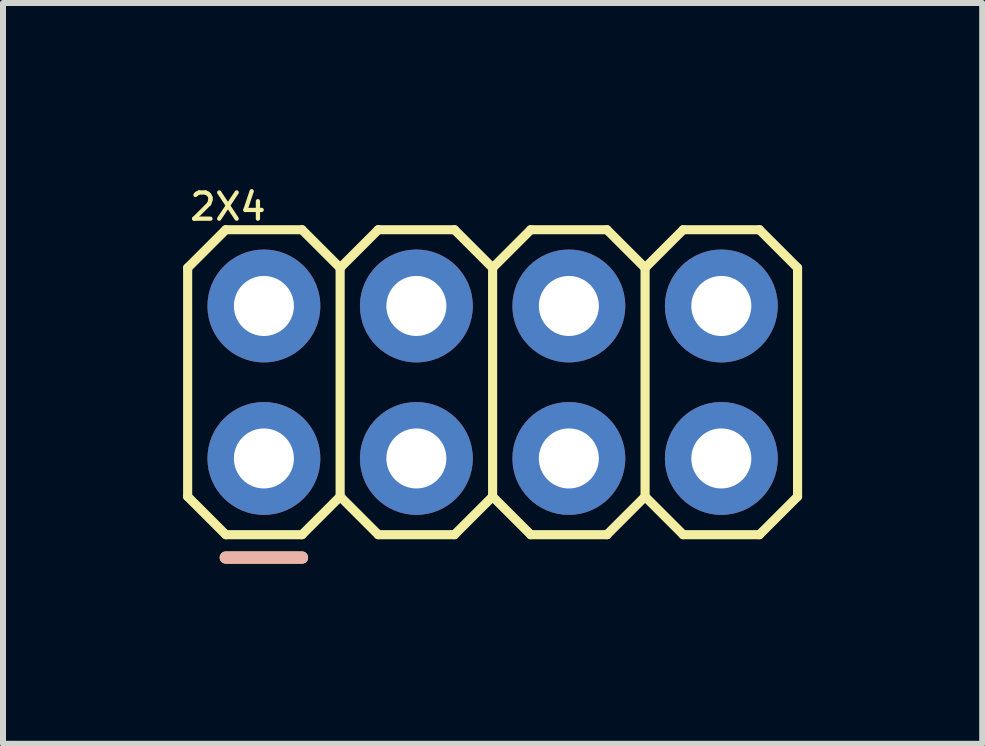
<source format=kicad_pcb>
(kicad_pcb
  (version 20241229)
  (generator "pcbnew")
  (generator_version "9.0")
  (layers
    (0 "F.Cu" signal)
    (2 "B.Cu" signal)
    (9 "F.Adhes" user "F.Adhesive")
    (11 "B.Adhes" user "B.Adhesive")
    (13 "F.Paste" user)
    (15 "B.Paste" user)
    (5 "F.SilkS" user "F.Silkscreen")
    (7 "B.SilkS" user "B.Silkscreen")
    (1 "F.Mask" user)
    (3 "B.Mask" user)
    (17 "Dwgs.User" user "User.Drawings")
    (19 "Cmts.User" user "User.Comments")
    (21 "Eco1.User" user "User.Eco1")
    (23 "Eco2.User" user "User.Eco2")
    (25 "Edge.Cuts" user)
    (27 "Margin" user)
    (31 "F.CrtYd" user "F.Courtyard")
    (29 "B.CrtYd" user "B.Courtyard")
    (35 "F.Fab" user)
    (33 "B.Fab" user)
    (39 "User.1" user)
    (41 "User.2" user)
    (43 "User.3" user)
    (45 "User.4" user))
  (footprint "2X4"
    (layer "F.Cu")
    (at 5.156 3.317)
    (property "Reference" "2X4" (at -5.08 -2.667 0) (layer "F.SilkS") (effects (font (size 0.437 0.437) (thickness 0.071)) (justify left bottom)))
    (fp_line (start -5.08 -1.905) (end -4.445 -2.54) (stroke (width 0.152) (type solid)) (layer "F.SilkS"))
    (fp_line (start -5.08 1.905) (end -5.08 -1.905) (stroke (width 0.152) (type solid)) (layer "F.SilkS"))
    (fp_line (start -5.08 1.905) (end -4.445 2.54) (stroke (width 0.152) (type solid)) (layer "F.SilkS"))
    (fp_line (start -4.445 -2.54) (end -3.175 -2.54) (stroke (width 0.152) (type solid)) (layer "F.SilkS"))
    (fp_line (start -4.445 2.54) (end -3.175 2.54) (stroke (width 0.152) (type solid)) (layer "F.SilkS"))
    (fp_line (start -4.445 2.921) (end -3.175 2.921) (stroke (width 0.203) (type solid)) (layer "F.SilkS"))
    (fp_line (start -3.175 -2.54) (end -2.54 -1.905) (stroke (width 0.152) (type solid)) (layer "F.SilkS"))
    (fp_line (start -3.175 2.54) (end -2.54 1.905) (stroke (width 0.152) (type solid)) (layer "F.SilkS"))
    (fp_line (start -2.54 -1.905) (end -2.54 1.905) (stroke (width 0.152) (type solid)) (layer "F.SilkS"))
    (fp_line (start -2.54 -1.905) (end -1.905 -2.54) (stroke (width 0.152) (type solid)) (layer "F.SilkS"))
    (fp_line (start -2.54 1.905) (end -1.905 2.54) (stroke (width 0.152) (type solid)) (layer "F.SilkS"))
    (fp_line (start -1.905 -2.54) (end -0.635 -2.54) (stroke (width 0.152) (type solid)) (layer "F.SilkS"))
    (fp_line (start -1.905 2.54) (end -0.635 2.54) (stroke (width 0.152) (type solid)) (layer "F.SilkS"))
    (fp_line (start -0.635 -2.54) (end 0 -1.905) (stroke (width 0.152) (type solid)) (layer "F.SilkS"))
    (fp_line (start -0.635 2.54) (end 0 1.905) (stroke (width 0.152) (type solid)) (layer "F.SilkS"))
    (fp_line (start 0 -1.905) (end 0 1.905) (stroke (width 0.152) (type solid)) (layer "F.SilkS"))
    (fp_line (start 0 -1.905) (end 0.635 -2.54) (stroke (width 0.152) (type solid)) (layer "F.SilkS"))
    (fp_line (start 0 1.905) (end 0.635 2.54) (stroke (width 0.152) (type solid)) (layer "F.SilkS"))
    (fp_line (start 0.635 -2.54) (end 1.905 -2.54) (stroke (width 0.152) (type solid)) (layer "F.SilkS"))
    (fp_line (start 0.635 2.54) (end 1.905 2.54) (stroke (width 0.152) (type solid)) (layer "F.SilkS"))
    (fp_line (start 1.905 -2.54) (end 2.54 -1.905) (stroke (width 0.152) (type solid)) (layer "F.SilkS"))
    (fp_line (start 1.905 2.54) (end 2.54 1.905) (stroke (width 0.152) (type solid)) (layer "F.SilkS"))
    (fp_line (start 2.54 -1.905) (end 2.54 1.905) (stroke (width 0.152) (type solid)) (layer "F.SilkS"))
    (fp_line (start 2.54 -1.905) (end 3.175 -2.54) (stroke (width 0.152) (type solid)) (layer "F.SilkS"))
    (fp_line (start 2.54 1.905) (end 3.175 2.54) (stroke (width 0.152) (type solid)) (layer "F.SilkS"))
    (fp_line (start 3.175 -2.54) (end 4.445 -2.54) (stroke (width 0.152) (type solid)) (layer "F.SilkS"))
    (fp_line (start 3.175 2.54) (end 4.445 2.54) (stroke (width 0.152) (type solid)) (layer "F.SilkS"))
    (fp_line (start 4.445 -2.54) (end 5.08 -1.905) (stroke (width 0.152) (type solid)) (layer "F.SilkS"))
    (fp_line (start 4.445 2.54) (end 5.08 1.905) (stroke (width 0.152) (type solid)) (layer "F.SilkS"))
    (fp_line (start 5.08 -1.905) (end 5.08 1.905) (stroke (width 0.152) (type solid)) (layer "F.SilkS"))
    (fp_line (start -4.445 2.921) (end -3.175 2.921) (stroke (width 0.203) (type solid)) (layer "B.SilkS"))
    (fp_poly (pts (xy -3.556 -1.016) (xy -3.556 -1.524) (xy -4.064 -1.524) (xy -4.064 -1.016)) (stroke (width 0.1) (type default)) (fill no) (layer "F.Fab"))
    (fp_poly (pts (xy -3.556 1.524) (xy -3.556 1.016) (xy -4.064 1.016) (xy -4.064 1.524)) (stroke (width 0.1) (type default)) (fill no) (layer "F.Fab"))
    (fp_poly (pts (xy -1.016 -1.016) (xy -1.016 -1.524) (xy -1.524 -1.524) (xy -1.524 -1.016)) (stroke (width 0.1) (type default)) (fill no) (layer "F.Fab"))
    (fp_poly (pts (xy -1.016 1.524) (xy -1.016 1.016) (xy -1.524 1.016) (xy -1.524 1.524)) (stroke (width 0.1) (type default)) (fill no) (layer "F.Fab"))
    (fp_poly (pts (xy 1.524 -1.016) (xy 1.524 -1.524) (xy 1.016 -1.524) (xy 1.016 -1.016)) (stroke (width 0.1) (type default)) (fill no) (layer "F.Fab"))
    (fp_poly (pts (xy 1.524 1.524) (xy 1.524 1.016) (xy 1.016 1.016) (xy 1.016 1.524)) (stroke (width 0.1) (type default)) (fill no) (layer "F.Fab"))
    (fp_poly (pts (xy 4.064 -1.016) (xy 4.064 -1.524) (xy 3.556 -1.524) (xy 3.556 -1.016)) (stroke (width 0.1) (type default)) (fill no) (layer "F.Fab"))
    (fp_poly (pts (xy 4.064 1.524) (xy 4.064 1.016) (xy 3.556 1.016) (xy 3.556 1.524)) (stroke (width 0.1) (type default)) (fill no) (layer "F.Fab"))
    (pad "1" thru_hole circle (at -3.81 1.27) (size 1.88 1.88) (drill 1) (layers "*.Cu" "*.Mask"))
    (pad "2" thru_hole circle (at -3.81 -1.27) (size 1.88 1.88) (drill 1) (layers "*.Cu" "*.Mask"))
    (pad "3" thru_hole circle (at -1.27 1.27) (size 1.88 1.88) (drill 1) (layers "*.Cu" "*.Mask"))
    (pad "4" thru_hole circle (at -1.27 -1.27) (size 1.88 1.88) (drill 1) (layers "*.Cu" "*.Mask"))
    (pad "5" thru_hole circle (at 1.27 1.27) (size 1.88 1.88) (drill 1) (layers "*.Cu" "*.Mask"))
    (pad "6" thru_hole circle (at 1.27 -1.27) (size 1.88 1.88) (drill 1) (layers "*.Cu" "*.Mask"))
    (pad "7" thru_hole circle (at 3.81 1.27) (size 1.88 1.88) (drill 1) (layers "*.Cu" "*.Mask"))
    (pad "8" thru_hole circle (at 3.81 -1.27) (size 1.88 1.88) (drill 1) (layers "*.Cu" "*.Mask")))
  (gr_rect
    (start -3 -3)
    (end 13.312 9.34)
    (stroke (width 0.1) (type default))
    (fill no)
    (layer "Edge.Cuts")))
</source>
